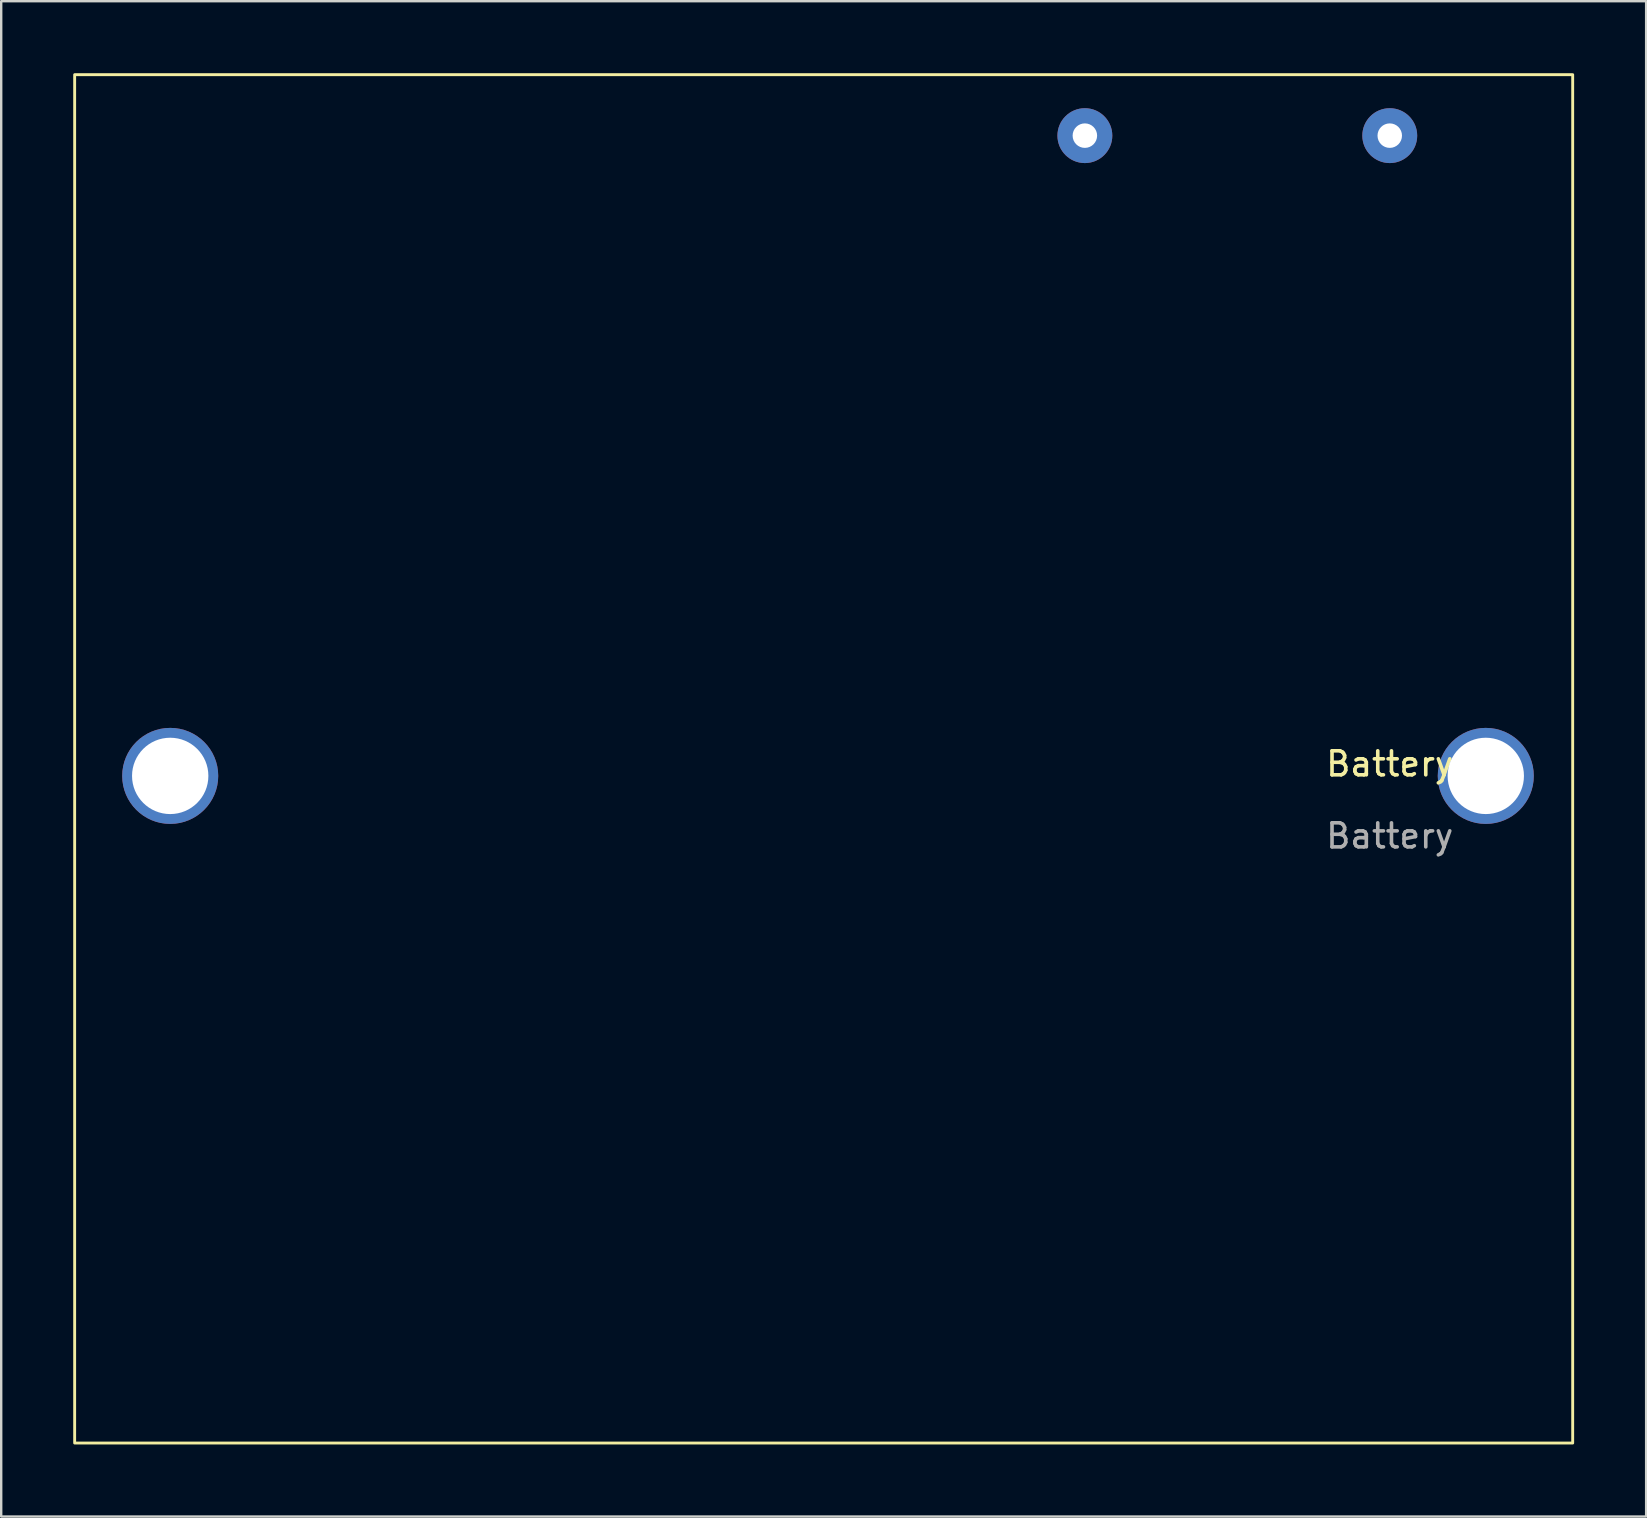
<source format=kicad_pcb>
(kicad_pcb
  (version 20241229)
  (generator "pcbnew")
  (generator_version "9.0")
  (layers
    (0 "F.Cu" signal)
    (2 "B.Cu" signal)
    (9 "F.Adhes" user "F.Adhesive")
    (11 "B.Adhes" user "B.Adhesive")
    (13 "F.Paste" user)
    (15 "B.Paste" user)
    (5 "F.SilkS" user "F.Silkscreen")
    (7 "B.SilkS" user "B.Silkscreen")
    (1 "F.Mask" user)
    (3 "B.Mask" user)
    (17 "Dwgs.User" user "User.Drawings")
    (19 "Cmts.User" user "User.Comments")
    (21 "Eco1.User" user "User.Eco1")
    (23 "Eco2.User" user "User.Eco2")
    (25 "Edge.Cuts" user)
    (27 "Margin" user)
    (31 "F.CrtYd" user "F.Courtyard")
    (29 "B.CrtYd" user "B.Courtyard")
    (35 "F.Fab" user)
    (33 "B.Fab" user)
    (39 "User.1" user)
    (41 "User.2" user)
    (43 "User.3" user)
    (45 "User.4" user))
  (footprint "Battery"
    (layer "F.Cu")
    (at 54.84 29.27)
    (property "Reference" "Battery" (at 0 -0.5 0) (unlocked yes) (layer "F.SilkS") (effects (font (size 1 1) (thickness 0.15))))
    (attr smd)
    (fp_rect (start -54.78 27.79) (end 7.62 -29.21) (stroke (width 0.12) (type solid)) (fill no) (layer "F.SilkS"))
    (fp_text user "${REFERENCE}" (at 0 2.5 0) (unlocked yes) (layer "F.Fab") (effects (font (size 1 1) (thickness 0.15))))
    (pad "1" thru_hole circle (at -12.7 -26.67) (size 2.286 2.286) (drill 1.02) (layers "*.Cu" "*.Mask"))
    (pad "2" thru_hole circle (at 0 -26.67) (size 2.286 2.286) (drill 1.02) (layers "*.Cu" "*.Mask"))
    (pad "3" thru_hole circle (at -50.8 0) (size 4 4) (drill 3.18) (layers "*.Cu" "*.Mask"))
    (pad "3" thru_hole circle (at 4 0) (size 4 4) (drill 3.18) (layers "*.Cu" "*.Mask")))
  (gr_rect
    (start -3 -3)
    (end 65.52 60.12)
    (stroke (width 0.1) (type default))
    (fill no)
    (layer "Edge.Cuts")))
</source>
